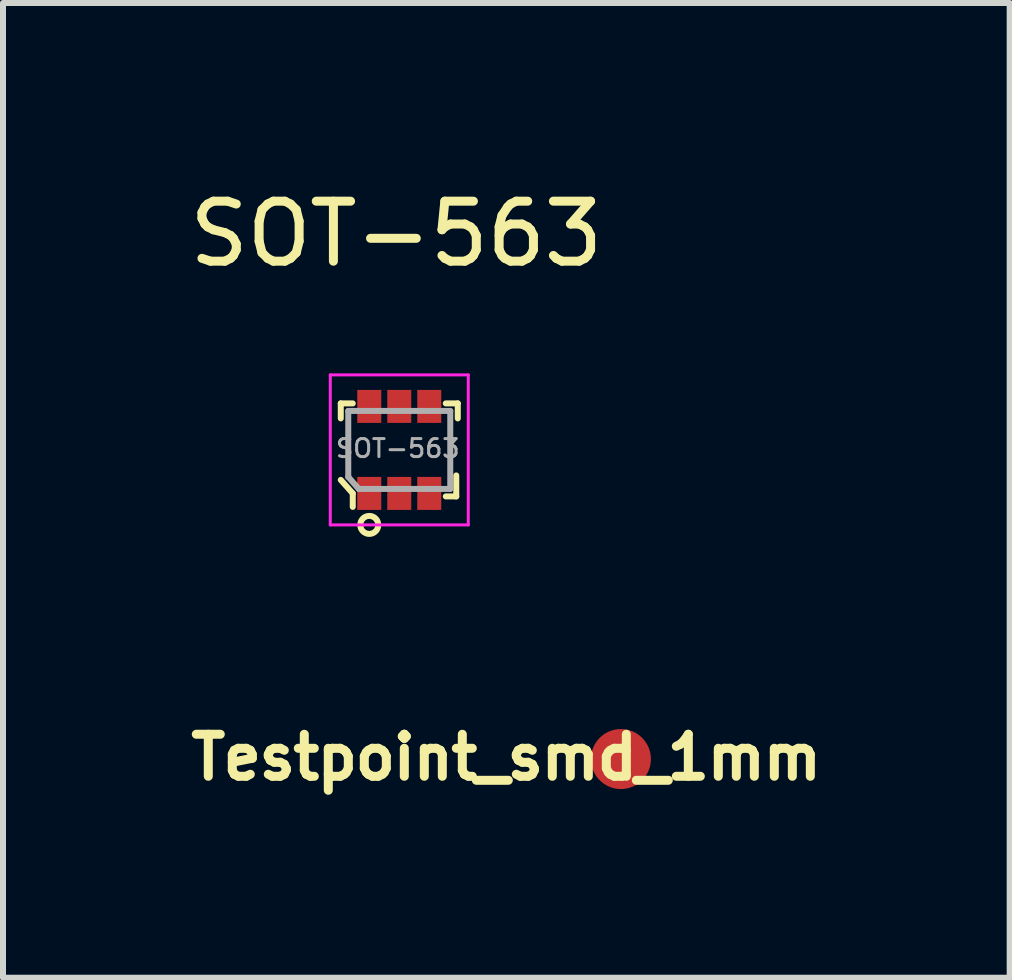
<source format=kicad_pcb>
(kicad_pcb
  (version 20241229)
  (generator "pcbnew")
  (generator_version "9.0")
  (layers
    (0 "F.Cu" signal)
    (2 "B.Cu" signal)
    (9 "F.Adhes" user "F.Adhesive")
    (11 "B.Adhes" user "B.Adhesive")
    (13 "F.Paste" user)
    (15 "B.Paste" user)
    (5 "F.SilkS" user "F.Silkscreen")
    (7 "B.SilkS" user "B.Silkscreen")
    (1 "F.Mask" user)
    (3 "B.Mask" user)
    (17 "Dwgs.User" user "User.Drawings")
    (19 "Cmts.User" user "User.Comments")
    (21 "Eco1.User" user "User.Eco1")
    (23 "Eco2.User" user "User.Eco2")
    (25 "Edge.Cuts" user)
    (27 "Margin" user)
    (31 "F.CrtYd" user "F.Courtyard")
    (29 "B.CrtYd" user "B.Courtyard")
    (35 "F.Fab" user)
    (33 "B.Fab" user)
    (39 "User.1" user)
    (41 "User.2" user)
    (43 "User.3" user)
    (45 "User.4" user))
  (footprint "SOT-563"
    (layer "F.Cu")
    (at 3.604 4.448)
    (property "Reference" "SOT-563" (at -0.05 -3.6 0) (layer "F.SilkS") (effects (font (size 1 1) (thickness 0.15))))
    (attr smd)
    (fp_line (start -0.975 -0.775) (end -0.975 -0.525) (stroke (width 0.1) (type solid)) (layer "F.SilkS"))
    (fp_line (start -0.975 -0.775) (end -0.775 -0.775) (stroke (width 0.1) (type solid)) (layer "F.SilkS"))
    (fp_line (start -0.975 0.5) (end -0.775 0.725) (stroke (width 0.1) (type solid)) (layer "F.SilkS"))
    (fp_line (start -0.775 0.725) (end -0.775 0.95) (stroke (width 0.1) (type solid)) (layer "F.SilkS"))
    (fp_line (start 0.775 -0.775) (end 0.975 -0.775) (stroke (width 0.1) (type solid)) (layer "F.SilkS"))
    (fp_line (start 0.775 0.775) (end 0.95 0.775) (stroke (width 0.1) (type solid)) (layer "F.SilkS"))
    (fp_line (start 0.95 0.775) (end 0.95 0.425) (stroke (width 0.1) (type solid)) (layer "F.SilkS"))
    (fp_line (start 0.975 -0.775) (end 0.975 -0.525) (stroke (width 0.1) (type solid)) (layer "F.SilkS"))
    (fp_circle (center -0.5 1.25) (end -0.35 1.25) (stroke (width 0.1) (type solid)) (fill no) (layer "F.SilkS"))
    (fp_line (start -1.15 -1.25) (end 1.15 -1.25) (stroke (width 0.05) (type solid)) (layer "F.CrtYd"))
    (fp_line (start -1.15 1.25) (end -1.15 -1.25) (stroke (width 0.05) (type solid)) (layer "F.CrtYd"))
    (fp_line (start 1.15 -1.25) (end 1.15 1.25) (stroke (width 0.05) (type solid)) (layer "F.CrtYd"))
    (fp_line (start 1.15 1.25) (end -1.15 1.25) (stroke (width 0.05) (type solid)) (layer "F.CrtYd"))
    (fp_line (start -0.85 -0.65) (end 0.85 -0.65) (stroke (width 0.1) (type solid)) (layer "F.Fab"))
    (fp_line (start -0.85 0.45) (end -0.85 -0.65) (stroke (width 0.1) (type solid)) (layer "F.Fab"))
    (fp_line (start -0.85 0.45) (end -0.675 0.65) (stroke (width 0.1) (type solid)) (layer "F.Fab"))
    (fp_line (start -0.675 0.65) (end 0.85 0.65) (stroke (width 0.1) (type solid)) (layer "F.Fab"))
    (fp_line (start 0.85 -0.65) (end 0.85 0.65) (stroke (width 0.1) (type solid)) (layer "F.Fab"))
    (fp_text user "${REFERENCE}" (at -0.025 -0.025 0) (layer "F.Fab") (effects (font (size 0.3 0.3) (thickness 0.05))))
    (pad "1" smd rect (at -0.5 0.725) (size 0.4 0.55) (layers "F.Cu" "F.Mask" "F.Paste"))
    (pad "2" smd rect (at 0 0.725) (size 0.4 0.55) (layers "F.Cu" "F.Mask" "F.Paste"))
    (pad "3" smd rect (at 0.5 0.725) (size 0.4 0.55) (layers "F.Cu" "F.Mask" "F.Paste"))
    (pad "4" smd rect (at 0.5 -0.725) (size 0.4 0.55) (layers "F.Cu" "F.Mask" "F.Paste"))
    (pad "5" smd rect (at 0 -0.725) (size 0.4 0.55) (layers "F.Cu" "F.Mask" "F.Paste"))
    (pad "6" smd rect (at -0.5 -0.725) (size 0.4 0.55) (layers "F.Cu" "F.Mask" "F.Paste")))
  (footprint "Testpoint_smd_1mm"
    (layer "F.Cu")
    (at 7.298 9.651)
    (property "Reference" "Testpoint_smd_1mm" (at -1.91 -0.08 0) (layer "F.SilkS") (effects (font (size 0.7 0.7) (thickness 0.15))))
    (attr through_hole)
    (pad "1" smd circle (at 0 -0.051) (size 1 1) (layers "F.Cu" "F.Mask")))
  (gr_rect
    (start -3 -3)
    (end 13.777 13.244)
    (stroke (width 0.1) (type default))
    (fill no)
    (layer "Edge.Cuts")))
</source>
